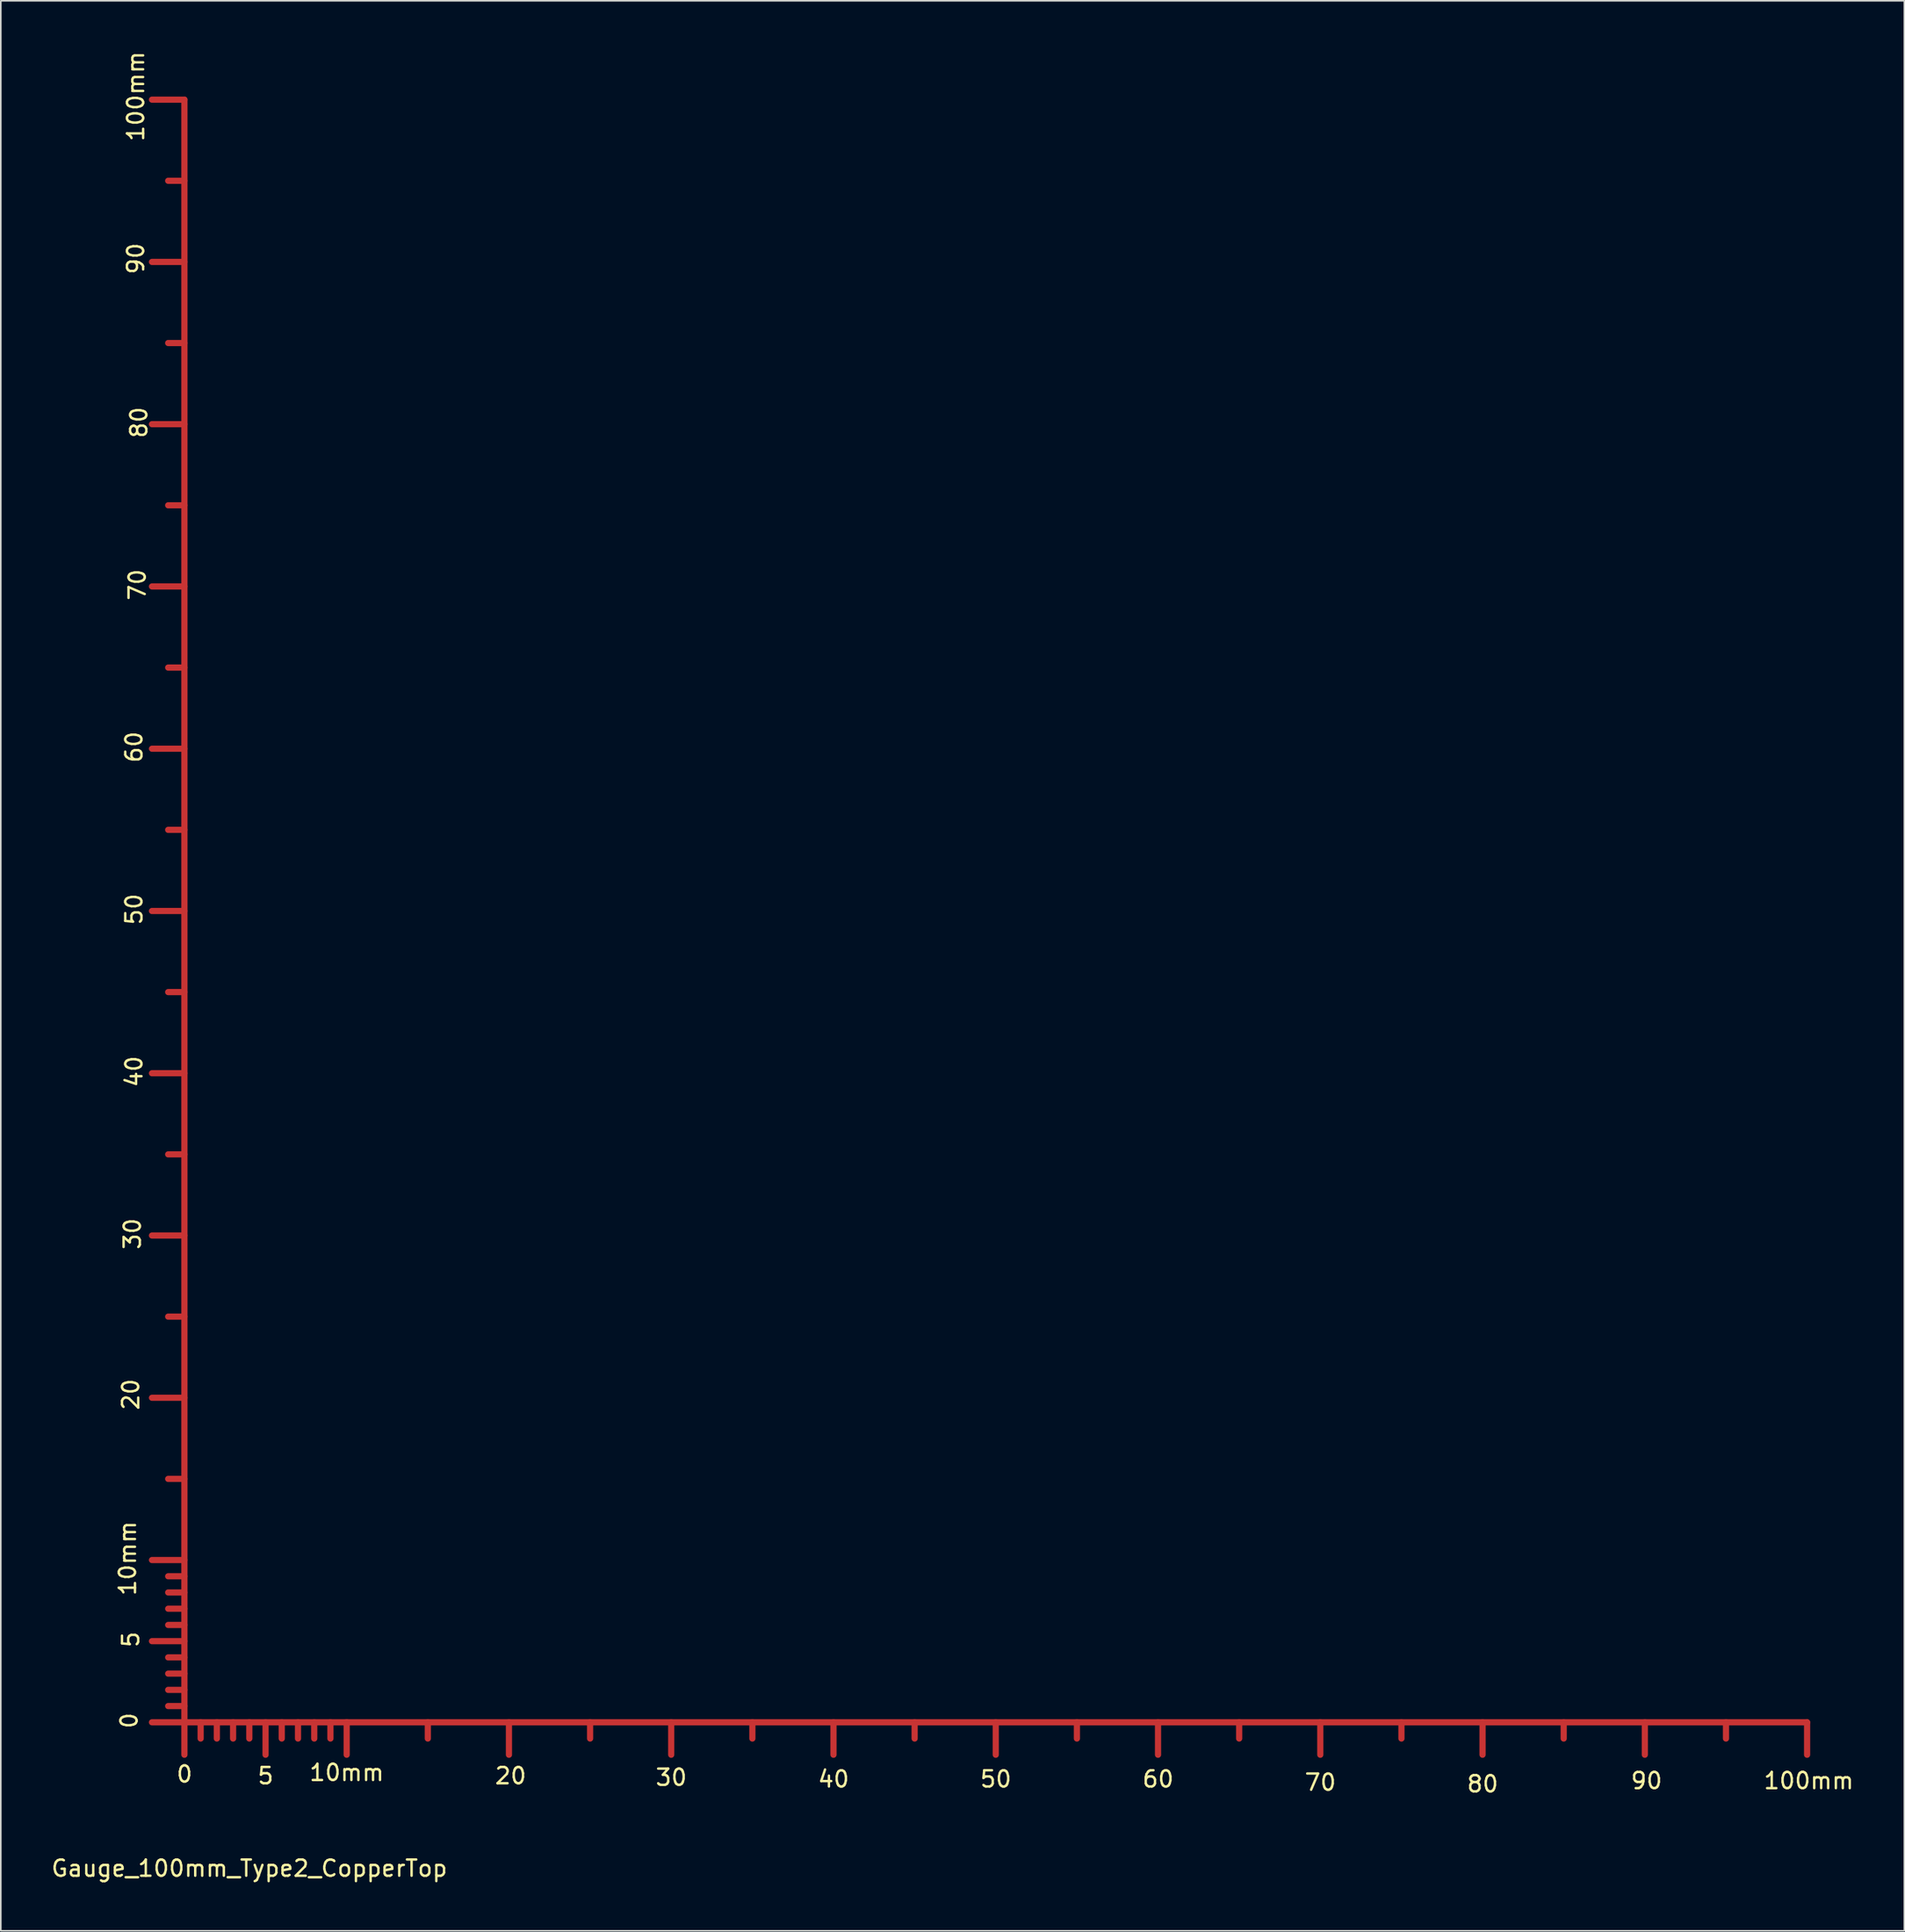
<source format=kicad_pcb>
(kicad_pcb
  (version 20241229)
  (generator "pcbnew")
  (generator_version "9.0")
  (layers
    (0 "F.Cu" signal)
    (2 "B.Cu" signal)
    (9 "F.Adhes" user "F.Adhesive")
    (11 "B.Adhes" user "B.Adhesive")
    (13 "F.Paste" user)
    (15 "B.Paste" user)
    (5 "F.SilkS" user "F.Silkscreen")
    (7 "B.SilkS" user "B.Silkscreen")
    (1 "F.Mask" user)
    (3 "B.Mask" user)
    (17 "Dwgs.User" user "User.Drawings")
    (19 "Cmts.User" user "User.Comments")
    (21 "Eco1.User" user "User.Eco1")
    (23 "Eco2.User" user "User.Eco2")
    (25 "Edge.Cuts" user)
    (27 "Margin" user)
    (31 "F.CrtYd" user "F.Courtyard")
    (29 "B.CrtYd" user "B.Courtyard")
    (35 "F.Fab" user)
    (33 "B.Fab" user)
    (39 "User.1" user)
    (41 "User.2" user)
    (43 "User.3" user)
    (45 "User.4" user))
  (footprint "Gauge_100mm_Type2_CopperTop"
    (layer "F.Cu")
    (at 8.315 103.092)
    (property "Reference" "Gauge_100mm_Type2_CopperTop" (at 4 8.999 0) (layer "F.SilkS") (effects (font (size 1 1) (thickness 0.15))))
    (attr through_hole)
    (fp_line (start 0 -100) (end -1.999 -100) (stroke (width 0.381) (type solid)) (layer "F.Cu"))
    (fp_line (start 0 -95.001) (end -1.001 -95.001) (stroke (width 0.381) (type solid)) (layer "F.Cu"))
    (fp_line (start 0 -90) (end -1.999 -90) (stroke (width 0.381) (type solid)) (layer "F.Cu"))
    (fp_line (start 0 -85.001) (end -1.001 -85.001) (stroke (width 0.381) (type solid)) (layer "F.Cu"))
    (fp_line (start 0 -80) (end -1.999 -80) (stroke (width 0.381) (type solid)) (layer "F.Cu"))
    (fp_line (start 0 -75.001) (end -1.001 -75.001) (stroke (width 0.381) (type solid)) (layer "F.Cu"))
    (fp_line (start 0 -70) (end -1.999 -70) (stroke (width 0.381) (type solid)) (layer "F.Cu"))
    (fp_line (start 0 -65.001) (end -1.001 -65.001) (stroke (width 0.381) (type solid)) (layer "F.Cu"))
    (fp_line (start 0 -60) (end -1.999 -60) (stroke (width 0.381) (type solid)) (layer "F.Cu"))
    (fp_line (start 0 -55.001) (end -1.001 -55.001) (stroke (width 0.381) (type solid)) (layer "F.Cu"))
    (fp_line (start 0 -50) (end -1.999 -50) (stroke (width 0.381) (type solid)) (layer "F.Cu"))
    (fp_line (start 0 -45.001) (end -1.001 -45.001) (stroke (width 0.381) (type solid)) (layer "F.Cu"))
    (fp_line (start 0 -40) (end -1.999 -40) (stroke (width 0.381) (type solid)) (layer "F.Cu"))
    (fp_line (start 0 -35.001) (end -1.001 -35.001) (stroke (width 0.381) (type solid)) (layer "F.Cu"))
    (fp_line (start 0 -30) (end -1.999 -30) (stroke (width 0.381) (type solid)) (layer "F.Cu"))
    (fp_line (start 0 -25.001) (end -1.001 -25.001) (stroke (width 0.381) (type solid)) (layer "F.Cu"))
    (fp_line (start 0 -20) (end -1.999 -20) (stroke (width 0.381) (type solid)) (layer "F.Cu"))
    (fp_line (start 0 -15.001) (end -1.001 -15.001) (stroke (width 0.381) (type solid)) (layer "F.Cu"))
    (fp_line (start 0 -10) (end -1.999 -10) (stroke (width 0.381) (type solid)) (layer "F.Cu"))
    (fp_line (start 0 -8.999) (end -1.001 -8.999) (stroke (width 0.381) (type solid)) (layer "F.Cu"))
    (fp_line (start 0 -8.001) (end -1.001 -8.001) (stroke (width 0.381) (type solid)) (layer "F.Cu"))
    (fp_line (start 0 -7) (end -1.001 -7) (stroke (width 0.381) (type solid)) (layer "F.Cu"))
    (fp_line (start 0 -5.999) (end -1.001 -5.999) (stroke (width 0.381) (type solid)) (layer "F.Cu"))
    (fp_line (start 0 -5.001) (end -1.999 -5.001) (stroke (width 0.381) (type solid)) (layer "F.Cu"))
    (fp_line (start 0 -4) (end -1.001 -4) (stroke (width 0.381) (type solid)) (layer "F.Cu"))
    (fp_line (start 0 -3) (end -1.001 -3) (stroke (width 0.381) (type solid)) (layer "F.Cu"))
    (fp_line (start 0 -1.999) (end -1.001 -1.999) (stroke (width 0.381) (type solid)) (layer "F.Cu"))
    (fp_line (start 0 -1.001) (end -1.001 -1.001) (stroke (width 0.381) (type solid)) (layer "F.Cu"))
    (fp_line (start 0 0) (end -1.999 0) (stroke (width 0.381) (type solid)) (layer "F.Cu"))
    (fp_line (start 0 0) (end 0 -100) (stroke (width 0.381) (type solid)) (layer "F.Cu"))
    (fp_line (start 0 0) (end 0 1.999) (stroke (width 0.381) (type solid)) (layer "F.Cu"))
    (fp_line (start 0 0) (end 10 0) (stroke (width 0.381) (type solid)) (layer "F.Cu"))
    (fp_line (start 1.001 0) (end 1.001 1.001) (stroke (width 0.381) (type solid)) (layer "F.Cu"))
    (fp_line (start 1.999 0) (end 1.999 1.001) (stroke (width 0.381) (type solid)) (layer "F.Cu"))
    (fp_line (start 3 0) (end 3 1.001) (stroke (width 0.381) (type solid)) (layer "F.Cu"))
    (fp_line (start 4 0) (end 4 1.001) (stroke (width 0.381) (type solid)) (layer "F.Cu"))
    (fp_line (start 5.001 0) (end 5.001 1.999) (stroke (width 0.381) (type solid)) (layer "F.Cu"))
    (fp_line (start 5.999 0) (end 5.999 1.001) (stroke (width 0.381) (type solid)) (layer "F.Cu"))
    (fp_line (start 7 0) (end 7 1.001) (stroke (width 0.381) (type solid)) (layer "F.Cu"))
    (fp_line (start 8.001 0) (end 8.001 1.001) (stroke (width 0.381) (type solid)) (layer "F.Cu"))
    (fp_line (start 8.999 0) (end 8.999 1.001) (stroke (width 0.381) (type solid)) (layer "F.Cu"))
    (fp_line (start 10 0) (end 10 1.999) (stroke (width 0.381) (type solid)) (layer "F.Cu"))
    (fp_line (start 10 0) (end 100 0) (stroke (width 0.381) (type solid)) (layer "F.Cu"))
    (fp_line (start 15.001 0) (end 15.001 1.001) (stroke (width 0.381) (type solid)) (layer "F.Cu"))
    (fp_line (start 20 0) (end 20 1.999) (stroke (width 0.381) (type solid)) (layer "F.Cu"))
    (fp_line (start 25.001 0) (end 25.001 1.001) (stroke (width 0.381) (type solid)) (layer "F.Cu"))
    (fp_line (start 30 0) (end 30 1.999) (stroke (width 0.381) (type solid)) (layer "F.Cu"))
    (fp_line (start 35.001 0) (end 35.001 1.001) (stroke (width 0.381) (type solid)) (layer "F.Cu"))
    (fp_line (start 40 0) (end 40 1.999) (stroke (width 0.381) (type solid)) (layer "F.Cu"))
    (fp_line (start 45.001 0) (end 45.001 1.001) (stroke (width 0.381) (type solid)) (layer "F.Cu"))
    (fp_line (start 50 0) (end 50 1.999) (stroke (width 0.381) (type solid)) (layer "F.Cu"))
    (fp_line (start 55.001 0) (end 55.001 1.001) (stroke (width 0.381) (type solid)) (layer "F.Cu"))
    (fp_line (start 60 0) (end 60 1.999) (stroke (width 0.381) (type solid)) (layer "F.Cu"))
    (fp_line (start 65.001 0) (end 65.001 1.001) (stroke (width 0.381) (type solid)) (layer "F.Cu"))
    (fp_line (start 70 0) (end 70 1.999) (stroke (width 0.381) (type solid)) (layer "F.Cu"))
    (fp_line (start 75.001 0) (end 75.001 1.001) (stroke (width 0.381) (type solid)) (layer "F.Cu"))
    (fp_line (start 80 0) (end 80 1.999) (stroke (width 0.381) (type solid)) (layer "F.Cu"))
    (fp_line (start 85.001 0) (end 85.001 1.001) (stroke (width 0.381) (type solid)) (layer "F.Cu"))
    (fp_line (start 90 0) (end 90 1.999) (stroke (width 0.381) (type solid)) (layer "F.Cu"))
    (fp_line (start 95.001 0) (end 95.001 1.001) (stroke (width 0.381) (type solid)) (layer "F.Cu"))
    (fp_line (start 100 0) (end 100 1.999) (stroke (width 0.381) (type solid)) (layer "F.Cu"))
    (fp_text user "30" (at -3.203 -30.104 90) (layer "F.SilkS") (effects (font (size 1 1) (thickness 0.15))))
    (fp_text user "80" (at -2.802 -80.104 90) (layer "F.SilkS") (effects (font (size 1 1) (thickness 0.15))))
    (fp_text user "5" (at -3.302 -5.103 90) (layer "F.SilkS") (effects (font (size 1 1) (thickness 0.15))))
    (fp_text user "5" (at 5.004 3.299 0) (layer "F.SilkS") (effects (font (size 1 1) (thickness 0.15))))
    (fp_text user "90" (at 90.106 3.602 0) (layer "F.SilkS") (effects (font (size 1 1) (thickness 0.15))))
    (fp_text user "60" (at 60.005 3.5 0) (layer "F.SilkS") (effects (font (size 1 1) (thickness 0.15))))
    (fp_text user "80" (at 80.005 3.8 0) (layer "F.SilkS") (effects (font (size 1 1) (thickness 0.15))))
    (fp_text user "20" (at -3.302 -20.203 90) (layer "F.SilkS") (effects (font (size 1 1) (thickness 0.15))))
    (fp_text user "10mm" (at 10.005 3.099 0) (layer "F.SilkS") (effects (font (size 1 1) (thickness 0.15))))
    (fp_text user "40" (at 40.005 3.5 0) (layer "F.SilkS") (effects (font (size 1 1) (thickness 0.15))))
    (fp_text user "50" (at -3.101 -50.104 90) (layer "F.SilkS") (effects (font (size 1 1) (thickness 0.15))))
    (fp_text user "100mm" (at -3 -100.206 90) (layer "F.SilkS") (effects (font (size 1 1) (thickness 0.15))))
    (fp_text user "70" (at -2.901 -70.104 90) (layer "F.SilkS") (effects (font (size 1 1) (thickness 0.15))))
    (fp_text user "0" (at -3.404 -0.104 90) (layer "F.SilkS") (effects (font (size 1 1) (thickness 0.15))))
    (fp_text user "10mm" (at -3.503 -10.104 90) (layer "F.SilkS") (effects (font (size 1 1) (thickness 0.15))))
    (fp_text user "0" (at 0.005 3.198 0) (layer "F.SilkS") (effects (font (size 1 1) (thickness 0.15))))
    (fp_text user "60" (at -3.101 -60.104 90) (layer "F.SilkS") (effects (font (size 1 1) (thickness 0.15))))
    (fp_text user "70" (at 70.005 3.701 0) (layer "F.SilkS") (effects (font (size 1 1) (thickness 0.15))))
    (fp_text user "90" (at -3 -90.206 90) (layer "F.SilkS") (effects (font (size 1 1) (thickness 0.15))))
    (fp_text user "40" (at -3.101 -40.104 90) (layer "F.SilkS") (effects (font (size 1 1) (thickness 0.15))))
    (fp_text user "20" (at 20.104 3.299 0) (layer "F.SilkS") (effects (font (size 1 1) (thickness 0.15))))
    (fp_text user "30" (at 30.005 3.399 0) (layer "F.SilkS") (effects (font (size 1 1) (thickness 0.15))))
    (fp_text user "100mm" (at 100.106 3.602 0) (layer "F.SilkS") (effects (font (size 1 1) (thickness 0.15))))
    (fp_text user "50" (at 50.005 3.5 0) (layer "F.SilkS") (effects (font (size 1 1) (thickness 0.15)))))
  (gr_rect
    (start -3 -3)
    (end 114.308 115.94)
    (stroke (width 0.1) (type default))
    (fill no)
    (layer "Edge.Cuts")))
</source>
